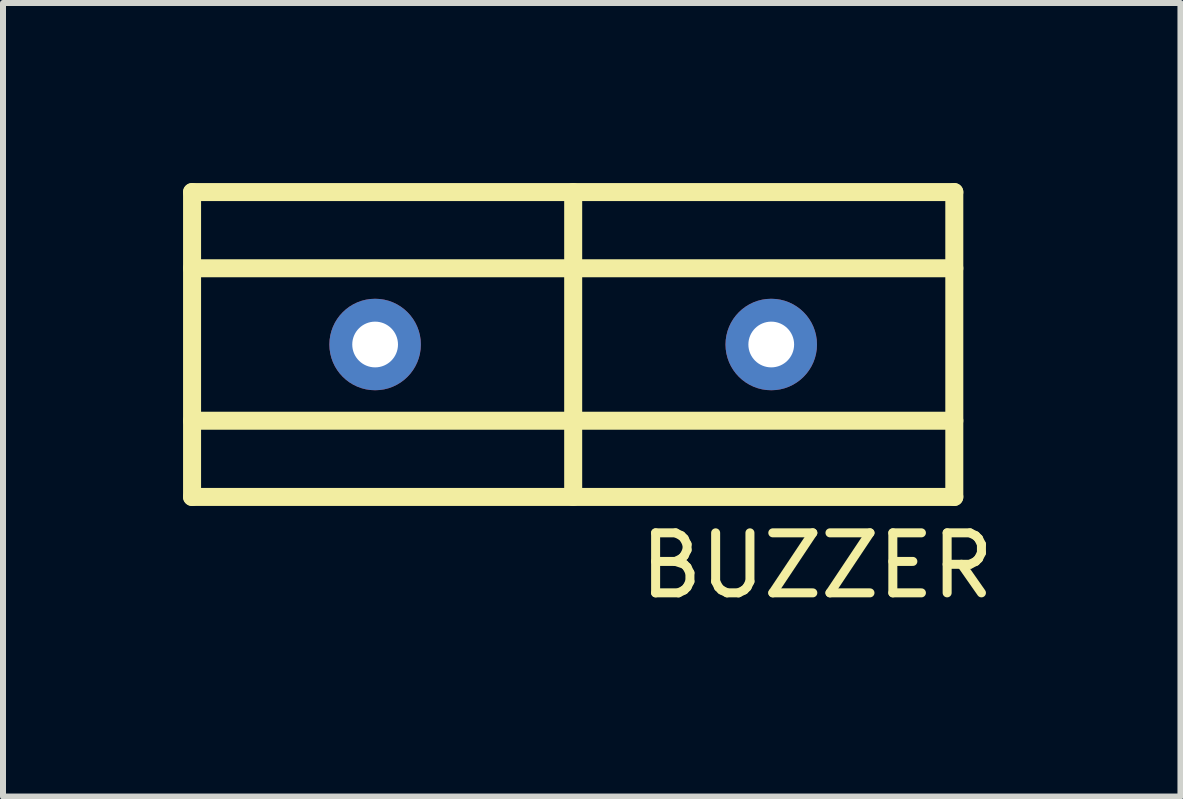
<source format=kicad_pcb>
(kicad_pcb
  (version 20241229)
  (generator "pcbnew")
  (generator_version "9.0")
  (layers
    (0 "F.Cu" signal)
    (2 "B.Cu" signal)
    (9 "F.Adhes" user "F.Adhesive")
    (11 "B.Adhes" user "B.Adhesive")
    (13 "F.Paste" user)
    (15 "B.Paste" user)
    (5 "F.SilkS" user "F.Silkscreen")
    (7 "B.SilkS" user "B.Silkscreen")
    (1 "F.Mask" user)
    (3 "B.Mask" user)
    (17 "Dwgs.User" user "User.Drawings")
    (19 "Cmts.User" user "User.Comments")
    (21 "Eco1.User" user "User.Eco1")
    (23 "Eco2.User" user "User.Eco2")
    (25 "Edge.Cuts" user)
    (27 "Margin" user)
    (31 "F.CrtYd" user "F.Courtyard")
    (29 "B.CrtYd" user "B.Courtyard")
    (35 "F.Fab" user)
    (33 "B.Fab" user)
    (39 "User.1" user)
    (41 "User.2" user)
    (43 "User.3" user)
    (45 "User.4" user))
  (footprint "BUZZER"
    (layer "F.Cu")
    (at 6.5 2.69)
    (property "Reference" "BUZZER" (at 4.064 3.683 0) (layer "F.SilkS") (effects (font (size 1 1) (thickness 0.15))))
    (attr through_hole)
    (fp_line (start -6.35 -2.54) (end 6.35 -2.54) (stroke (width 0.3) (type solid)) (layer "F.SilkS"))
    (fp_line (start -6.35 -1.27) (end 0 -1.27) (stroke (width 0.3) (type solid)) (layer "F.SilkS"))
    (fp_line (start -6.35 1.27) (end 6.35 1.27) (stroke (width 0.3) (type solid)) (layer "F.SilkS"))
    (fp_line (start -6.35 2.54) (end -6.35 -2.54) (stroke (width 0.3) (type solid)) (layer "F.SilkS"))
    (fp_line (start 0 -2.54) (end 0 2.54) (stroke (width 0.3) (type solid)) (layer "F.SilkS"))
    (fp_line (start 0 -1.27) (end 6.35 -1.27) (stroke (width 0.3) (type solid)) (layer "F.SilkS"))
    (fp_line (start 6.35 -2.54) (end 6.35 2.54) (stroke (width 0.3) (type solid)) (layer "F.SilkS"))
    (fp_line (start 6.35 2.54) (end -6.35 2.54) (stroke (width 0.3) (type solid)) (layer "F.SilkS"))
    (pad "1" thru_hole circle (at -3.3 0) (size 1.524 1.524) (drill 0.762) (layers "*.Cu" "*.Mask"))
    (pad "2" thru_hole circle (at 3.3 0) (size 1.524 1.524) (drill 0.762) (layers "*.Cu" "*.Mask")))
  (gr_rect
    (start -3 -3)
    (end 16.618 10.221)
    (stroke (width 0.1) (type default))
    (fill no)
    (layer "Edge.Cuts")))
</source>
